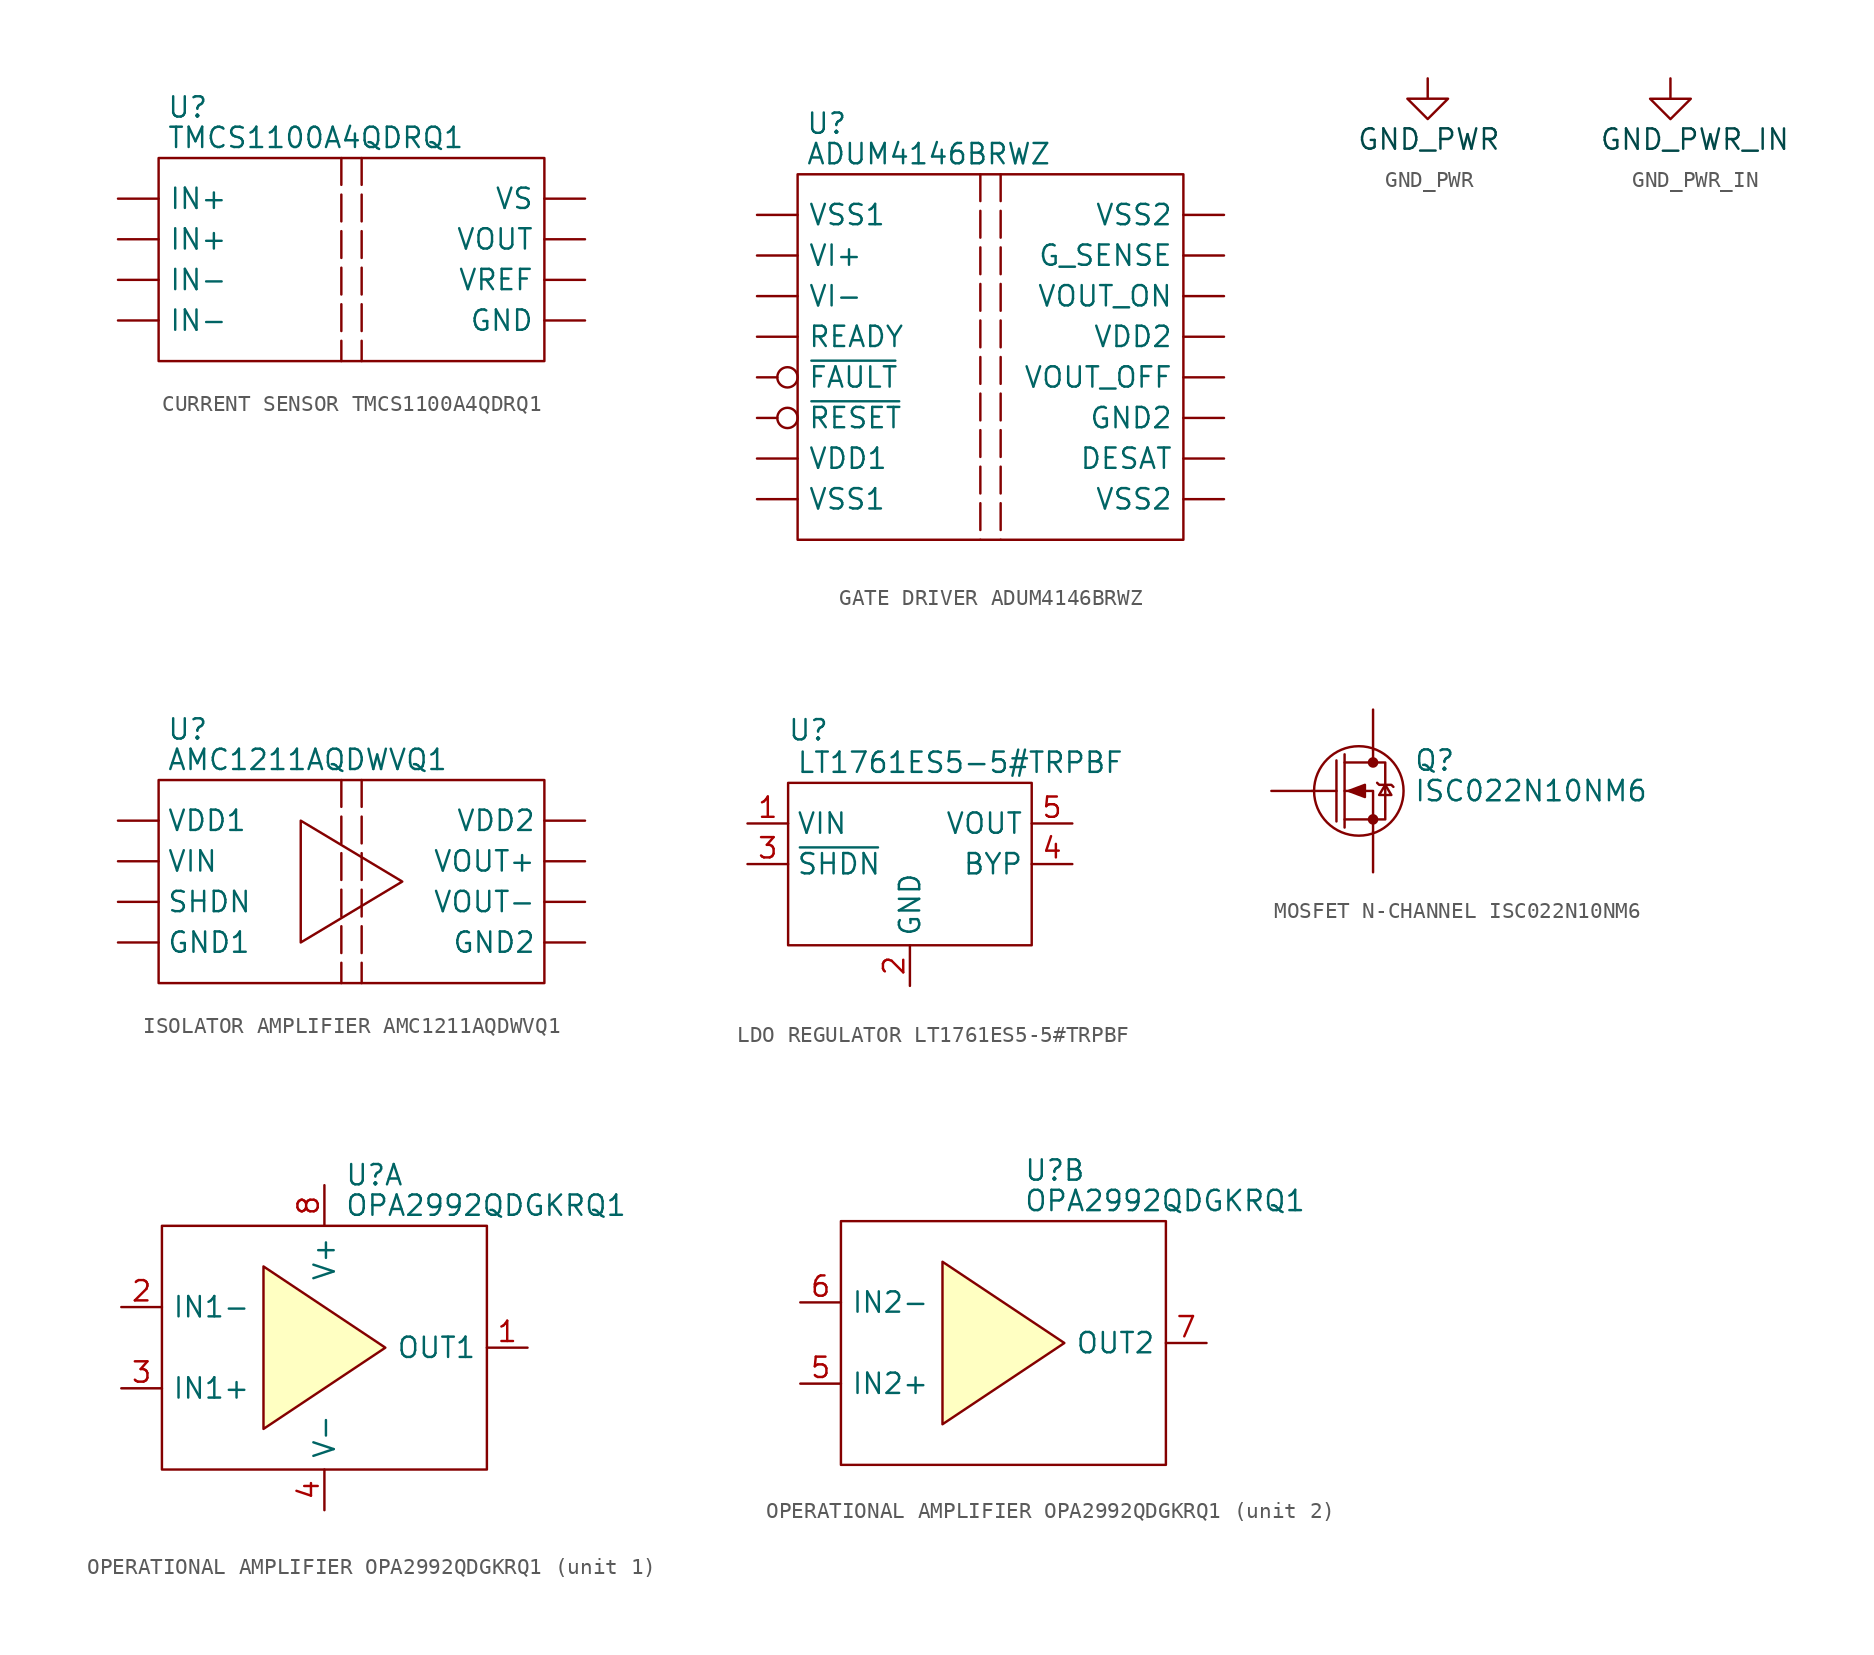
<source format=kicad_sym>
(kicad_symbol_lib
  (version 20231120)
  (generator "kicad_symbol_editor")
  (generator_version "8.0")
  (symbol "CURRENT SENSOR TMCS1100A4QDRQ1"
    (pin_numbers hide)
    (pin_names
      (offset 0.635))
    (property "Reference" "U"
      (at 0.508 3.175 0)
      (effects (font (size 1.27 1.27)) (justify left)))
    (property "Value" "TMCS1100A4QDRQ1"
      (at 0.508 1.27 0)
      (effects (font (size 1.27 1.27)) (justify left)))
    (symbol "CURRENT SENSOR TMCS1100A4QDRQ1_0_1"
      (rectangle (start 0 0) (end 24.13 -12.7) (stroke (width 0) (type default)) (fill (type none))))
    (symbol "CURRENT SENSOR TMCS1100A4QDRQ1_1_1"
      (polyline (pts (xy 11.43 0) (xy 11.43 -12.7)) (stroke (width 0) (type dash)) (fill (type none)))
      (polyline (pts (xy 12.7 0) (xy 12.7 -12.7)) (stroke (width 0) (type dash)) (fill (type none)))
      (pin passive line (at -2.54 -2.54 0) (length 2.54) (name "IN+" (effects (font (size 1.27 1.27)))) (number "1" (effects (font (size 1.27 1.27)))))
      (pin passive line (at -2.54 -5.08 0) (length 2.54) (name "IN+" (effects (font (size 1.27 1.27)))) (number "2" (effects (font (size 1.27 1.27)))))
      (pin passive line (at -2.54 -7.62 0) (length 2.54) (name "IN-" (effects (font (size 1.27 1.27)))) (number "3" (effects (font (size 1.27 1.27)))))
      (pin passive line (at -2.54 -10.16 0) (length 2.54) (name "IN-" (effects (font (size 1.27 1.27)))) (number "4" (effects (font (size 1.27 1.27)))))
      (pin passive line (at 26.67 -10.16 180) (length 2.54) (name "GND" (effects (font (size 1.27 1.27)))) (number "5" (effects (font (size 1.27 1.27)))))
      (pin passive line (at 26.67 -7.62 180) (length 2.54) (name "VREF" (effects (font (size 1.27 1.27)))) (number "6" (effects (font (size 1.27 1.27)))))
      (pin passive line (at 26.67 -5.08 180) (length 2.54) (name "VOUT" (effects (font (size 1.27 1.27)))) (number "7" (effects (font (size 1.27 1.27)))))
      (pin passive line (at 26.67 -2.54 180) (length 2.54) (name "VS" (effects (font (size 1.27 1.27)))) (number "8" (effects (font (size 1.27 1.27)))))))
  (symbol "GATE DRIVER ADUM4146BRWZ"
    (pin_numbers hide)
    (pin_names
      (offset 0.635))
    (property "Reference" "U"
      (at 0.508 3.175 0)
      (effects (font (size 1.27 1.27)) (justify left)))
    (property "Value" "ADUM4146BRWZ"
      (at 0.508 1.27 0)
      (effects (font (size 1.27 1.27)) (justify left)))
    (symbol "GATE DRIVER ADUM4146BRWZ_0_1"
      (rectangle (start 0 0) (end 24.13 -22.86) (stroke (width 0) (type default)) (fill (type none))))
    (symbol "GATE DRIVER ADUM4146BRWZ_1_1"
      (polyline (pts (xy 11.43 0) (xy 11.43 -22.86)) (stroke (width 0) (type dash)) (fill (type none)))
      (polyline (pts (xy 12.7 0) (xy 12.7 -22.86)) (stroke (width 0) (type dash)) (fill (type none)))
      (pin passive line (at -2.54 -2.54 0) (length 2.54) (name "VSS1" (effects (font (size 1.27 1.27)))) (number "1" (effects (font (size 1.27 1.27)))))
      (pin passive line (at 26.67 -17.78 180) (length 2.54) (name "DESAT" (effects (font (size 1.27 1.27)))) (number "10" (effects (font (size 1.27 1.27)))))
      (pin passive line (at 26.67 -15.24 180) (length 2.54) (name "GND2" (effects (font (size 1.27 1.27)))) (number "11" (effects (font (size 1.27 1.27)))))
      (pin passive line (at 26.67 -12.7 180) (length 2.54) (name "VOUT_OFF" (effects (font (size 1.27 1.27)))) (number "12" (effects (font (size 1.27 1.27)))))
      (pin passive line (at 26.67 -10.16 180) (length 2.54) (name "VDD2" (effects (font (size 1.27 1.27)))) (number "13" (effects (font (size 1.27 1.27)))))
      (pin passive line (at 26.67 -7.62 180) (length 2.54) (name "VOUT_ON" (effects (font (size 1.27 1.27)))) (number "14" (effects (font (size 1.27 1.27)))))
      (pin passive line (at 26.67 -5.08 180) (length 2.54) (name "G_SENSE" (effects (font (size 1.27 1.27)))) (number "15" (effects (font (size 1.27 1.27)))))
      (pin passive line (at 26.67 -2.54 180) (length 2.54) (name "VSS2" (effects (font (size 1.27 1.27)))) (number "16" (effects (font (size 1.27 1.27)))))
      (pin passive line (at -2.54 -5.08 0) (length 2.54) (name "VI+" (effects (font (size 1.27 1.27)))) (number "2" (effects (font (size 1.27 1.27)))))
      (pin passive line (at -2.54 -7.62 0) (length 2.54) (name "VI-" (effects (font (size 1.27 1.27)))) (number "3" (effects (font (size 1.27 1.27)))))
      (pin passive line (at -2.54 -10.16 0) (length 2.54) (name "READY" (effects (font (size 1.27 1.27)))) (number "4" (effects (font (size 1.27 1.27)))))
      (pin passive inverted (at -2.54 -12.7 0) (length 2.54) (name "~{FAULT}" (effects (font (size 1.27 1.27)))) (number "5" (effects (font (size 1.27 1.27)))))
      (pin passive inverted (at -2.54 -15.24 0) (length 2.54) (name "~{RESET}" (effects (font (size 1.27 1.27)))) (number "6" (effects (font (size 1.27 1.27)))))
      (pin passive line (at -2.54 -17.78 0) (length 2.54) (name "VDD1" (effects (font (size 1.27 1.27)))) (number "7" (effects (font (size 1.27 1.27)))))
      (pin passive line (at -2.54 -20.32 0) (length 2.54) (name "VSS1" (effects (font (size 1.27 1.27)))) (number "8" (effects (font (size 1.27 1.27)))))
      (pin passive line (at 26.67 -20.32 180) (length 2.54) (name "VSS2" (effects (font (size 1.27 1.27)))) (number "9" (effects (font (size 1.27 1.27)))))))
  (symbol "GND_PWR"
    (power)
    (pin_numbers hide)
    (pin_names
      (offset 0) hide)
    (property "Reference" "#PWR"
      (at 12.7 14.605 0)
      (effects (font (size 1.27 1.27)) (justify left) (hide yes)))
    (property "Value" "GND_PWR"
      (at -4.445 -3.81 0)
      (effects (font (size 1.27 1.27) (color 0 72 72 1)) (justify left)))
    (symbol "GND_PWR_0_1"
      (polyline (pts (xy 0 0) (xy 0 -1.27) (xy 1.27 -1.27) (xy 0 -2.54) (xy -1.27 -1.27) (xy 0 -1.27)) (stroke (width 0) (type default)) (fill (type none))))
    (symbol "GND_PWR_1_1"
      (pin power_in line (at 0 0 270) (length 1.27) hide (name "GND_PWR" (effects (font (size 1.27 1.27)))) (number "1" (effects (font (size 1.27 1.27)))))))
  (symbol "GND_PWR_IN"
    (power)
    (pin_numbers hide)
    (pin_names
      (offset 0) hide)
    (property "Reference" "#PWR"
      (at 12.7 14.605 0)
      (effects (font (size 1.27 1.27)) (justify left) (hide yes)))
    (property "Value" "GND_PWR_IN"
      (at -4.445 -3.81 0)
      (effects (font (size 1.27 1.27) (color 0 72 72 1)) (justify left)))
    (symbol "GND_PWR_IN_0_1"
      (polyline (pts (xy 0 0) (xy 0 -1.27) (xy 1.27 -1.27) (xy 0 -2.54) (xy -1.27 -1.27) (xy 0 -1.27)) (stroke (width 0) (type default)) (fill (type none))))
    (symbol "GND_PWR_IN_1_1"
      (pin power_in line (at 0 0 270) (length 1.27) hide (name "GND_PWR_IN" (effects (font (size 1.27 1.27)))) (number "1" (effects (font (size 1.27 1.27)))))))
  (symbol "ISOLATOR AMPLIFIER AMC1211AQDWVQ1"
    (pin_numbers hide)
    (property "Reference" "U"
      (at 0.508 3.175 0)
      (effects (font (size 1.27 1.27)) (justify left)))
    (property "Value" "AMC1211AQDWVQ1"
      (at 0.508 1.27 0)
      (effects (font (size 1.27 1.27)) (justify left)))
    (symbol "ISOLATOR AMPLIFIER AMC1211AQDWVQ1_0_1"
      (rectangle (start 0 0) (end 24.13 -12.7) (stroke (width 0) (type default)) (fill (type none))))
    (symbol "ISOLATOR AMPLIFIER AMC1211AQDWVQ1_1_1"
      (polyline (pts (xy 11.43 0) (xy 11.43 -12.7)) (stroke (width 0) (type dash)) (fill (type none)))
      (polyline (pts (xy 12.7 0) (xy 12.7 -12.7)) (stroke (width 0) (type dash)) (fill (type none)))
      (polyline (pts (xy 8.89 -2.54) (xy 15.24 -6.35) (xy 8.89 -10.16) (xy 8.89 -2.54)) (stroke (width 0) (type default)) (fill (type none)))
      (pin passive line (at -2.54 -2.54 0) (length 2.54) (name "VDD1" (effects (font (size 1.27 1.27)))) (number "1" (effects (font (size 1.27 1.27)))))
      (pin passive line (at -2.54 -5.08 0) (length 2.54) (name "VIN" (effects (font (size 1.27 1.27)))) (number "2" (effects (font (size 1.27 1.27)))))
      (pin passive line (at -2.54 -7.62 0) (length 2.54) (name "SHDN" (effects (font (size 1.27 1.27)))) (number "3" (effects (font (size 1.27 1.27)))))
      (pin passive line (at -2.54 -10.16 0) (length 2.54) (name "GND1" (effects (font (size 1.27 1.27)))) (number "4" (effects (font (size 1.27 1.27)))))
      (pin passive line (at 26.67 -10.16 180) (length 2.54) (name "GND2" (effects (font (size 1.27 1.27)))) (number "5" (effects (font (size 1.27 1.27)))))
      (pin passive line (at 26.67 -7.62 180) (length 2.54) (name "VOUT-" (effects (font (size 1.27 1.27)))) (number "6" (effects (font (size 1.27 1.27)))))
      (pin passive line (at 26.67 -5.08 180) (length 2.54) (name "VOUT+" (effects (font (size 1.27 1.27)))) (number "7" (effects (font (size 1.27 1.27)))))
      (pin passive line (at 26.67 -2.54 180) (length 2.54) (name "VDD2" (effects (font (size 1.27 1.27)))) (number "8" (effects (font (size 1.27 1.27)))))))
  (symbol "LDO REGULATOR LT1761ES5-5#TRPBF"
    (property "Reference" "U"
      (at 1.27 3.302 0)
      (effects (font (size 1.27 1.27))))
    (property "Value" "LT1761ES5-5#TRPBF"
      (at 0.508 1.27 0)
      (effects (font (size 1.27 1.27)) (justify left)))
    (symbol "LDO REGULATOR LT1761ES5-5#TRPBF_1_1"
      (rectangle (start 0 0) (end 15.24 -10.16) (stroke (width 0) (type default)) (fill (type color) (color 0 0 0 0)))
      (pin passive line (at -2.54 -2.54 0) (length 2.54) (name "VIN" (effects (font (size 1.27 1.27)))) (number "1" (effects (font (size 1.27 1.27)))))
      (pin passive line (at 7.62 -12.7 90) (length 2.54) (name "GND" (effects (font (size 1.27 1.27)))) (number "2" (effects (font (size 1.27 1.27)))))
      (pin passive line (at -2.54 -5.08 0) (length 2.54) (name "~{SHDN}" (effects (font (size 1.27 1.27)))) (number "3" (effects (font (size 1.27 1.27)))))
      (pin passive line (at 17.78 -5.08 180) (length 2.54) (name "BYP" (effects (font (size 1.27 1.27)))) (number "4" (effects (font (size 1.27 1.27)))))
      (pin passive line (at 17.78 -2.54 180) (length 2.54) (name "VOUT" (effects (font (size 1.27 1.27)))) (number "5" (effects (font (size 1.27 1.27)))))))
  (symbol "MOSFET N-CHANNEL ISC022N10NM6"
    (pin_numbers hide)
    (pin_names
      (offset 0) hide)
    (property "Reference" "Q"
      (at 2.54 1.905 0)
      (effects (font (size 1.27 1.27)) (justify left)))
    (property "Value" "ISC022N10NM6"
      (at 2.54 0 0)
      (effects (font (size 1.27 1.27)) (justify left)))
    (symbol "MOSFET N-CHANNEL ISC022N10NM6_0_1"
      (circle (center 0 -1.778) (radius 0.254) (stroke (width 0) (type default)) (fill (type outline)))
      (polyline (pts (xy -2.286 0) (xy -3.81 0)) (stroke (width 0) (type default)) (fill (type none)))
      (polyline (pts (xy 0 2.54) (xy 0 1.778)) (stroke (width 0) (type default)) (fill (type none)))
      (polyline (pts (xy 0 -2.54) (xy 0 0) (xy -1.778 0)) (stroke (width 0) (type default)) (fill (type none)))
      (polyline (pts (xy -1.778 -1.778) (xy 0.762 -1.778) (xy 0.762 1.778) (xy -1.778 1.778)) (stroke (width 0) (type default)) (fill (type none)))
      (polyline (pts (xy -1.524 0) (xy -0.508 0.381) (xy -0.508 -0.381) (xy -1.524 0)) (stroke (width 0) (type default)) (fill (type outline)))
      (polyline (pts (xy 0.254 0.508) (xy 0.381 0.381) (xy 1.143 0.381) (xy 1.27 0.254)) (stroke (width 0) (type default)) (fill (type none)))
      (polyline (pts (xy 0.762 0.381) (xy 0.381 -0.254) (xy 1.143 -0.254) (xy 0.762 0.381)) (stroke (width 0) (type default)) (fill (type none)))
      (circle (center 0 1.778) (radius 0.254) (stroke (width 0) (type default)) (fill (type outline))))
    (symbol "MOSFET N-CHANNEL ISC022N10NM6_1_1"
      (circle (center -0.889 0) (radius 2.794) (stroke (width 0) (type default)) (fill (type none)))
      (polyline (pts (xy -2.286 1.905) (xy -2.286 -1.905)) (stroke (width 0) (type default)) (fill (type none)))
      (polyline (pts (xy -1.778 2.286) (xy -1.778 -2.286)) (stroke (width 0) (type default)) (fill (type none)))
      (pin passive line (at 0 -5.08 90) (length 2.54) (name "S" (effects (font (size 1.27 1.27)))) (number "1" (effects (font (size 1.27 1.27)))))
      (pin passive line (at -6.35 0 0) (length 2.54) (name "G" (effects (font (size 1.27 1.27)))) (number "2" (effects (font (size 1.27 1.27)))))
      (pin passive line (at 0 5.08 270) (length 2.54) (name "D" (effects (font (size 1.27 1.27)))) (number "3" (effects (font (size 1.27 1.27)))))))
  (symbol "OPERATIONAL AMPLIFIER OPA2992QDGKRQ1"
    (pin_names
      (offset 0.635))
    (property "Reference" "U"
      (at 1.27 10.795 0)
      (effects (font (size 1.27 1.27)) (justify left)))
    (property "Value" "OPA2992QDGKRQ1"
      (at 1.27 8.89 0)
      (effects (font (size 1.27 1.27)) (justify left)))
    (symbol "OPERATIONAL AMPLIFIER OPA2992QDGKRQ1_0_1"
      (rectangle (start -10.16 7.62) (end 10.16 -7.62) (stroke (width 0) (type default)) (fill (type none)))
      (polyline (pts (xy -3.81 5.08) (xy 3.81 0) (xy -3.81 -5.08) (xy -3.81 5.08)) (stroke (width 0) (type default)) (fill (type background))))
    (symbol "OPERATIONAL AMPLIFIER OPA2992QDGKRQ1_1_1"
      (pin passive line (at 12.7 0 180) (length 2.54) (name "OUT1" (effects (font (size 1.27 1.27)))) (number "1" (effects (font (size 1.27 1.27)))))
      (pin passive line (at -12.7 2.54 0) (length 2.54) (name "IN1-" (effects (font (size 1.27 1.27)))) (number "2" (effects (font (size 1.27 1.27)))))
      (pin passive line (at -12.7 -2.54 0) (length 2.54) (name "IN1+" (effects (font (size 1.27 1.27)))) (number "3" (effects (font (size 1.27 1.27)))))
      (pin power_in line (at 0 -10.16 90) (length 2.54) (name "V-" (effects (font (size 1.27 1.27)))) (number "4" (effects (font (size 1.27 1.27)))))
      (pin power_in line (at 0 10.16 270) (length 2.54) (name "V+" (effects (font (size 1.27 1.27)))) (number "8" (effects (font (size 1.27 1.27))))))
    (symbol "OPERATIONAL AMPLIFIER OPA2992QDGKRQ1_2_1"
      (pin passive line (at -12.7 -2.54 0) (length 2.54) (name "IN2+" (effects (font (size 1.27 1.27)))) (number "5" (effects (font (size 1.27 1.27)))))
      (pin passive line (at -12.7 2.54 0) (length 2.54) (name "IN2-" (effects (font (size 1.27 1.27)))) (number "6" (effects (font (size 1.27 1.27)))))
      (pin passive line (at 12.7 0 180) (length 2.54) (name "OUT2" (effects (font (size 1.27 1.27)))) (number "7" (effects (font (size 1.27 1.27))))))))
</source>
